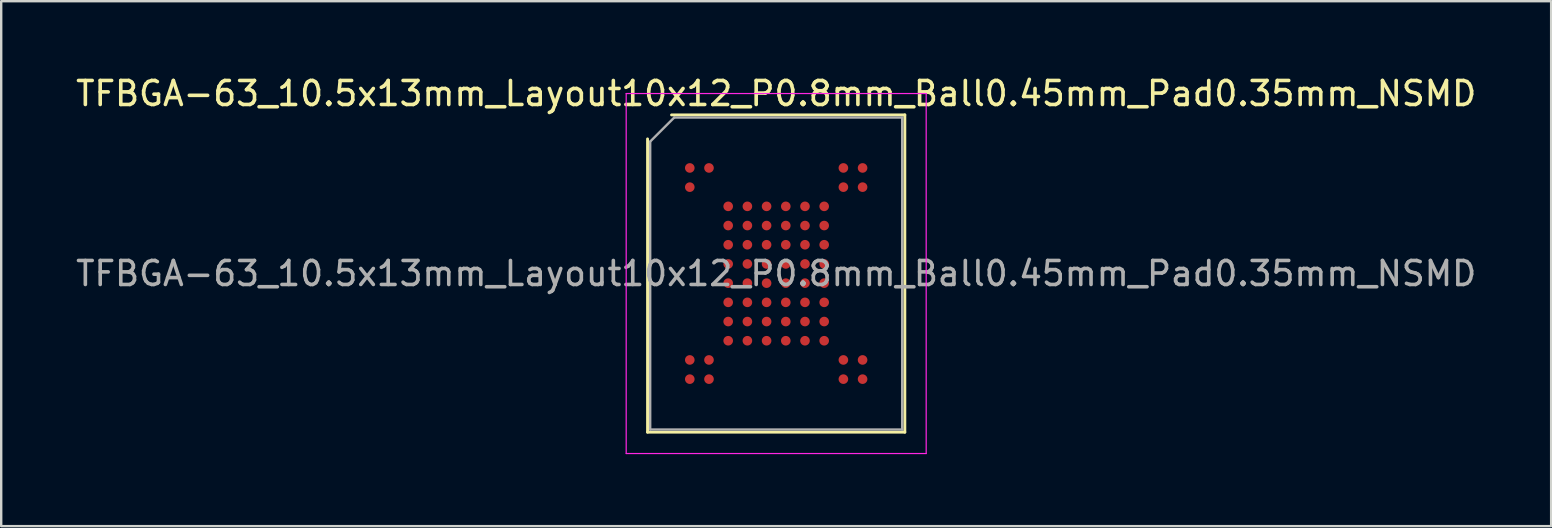
<source format=kicad_pcb>
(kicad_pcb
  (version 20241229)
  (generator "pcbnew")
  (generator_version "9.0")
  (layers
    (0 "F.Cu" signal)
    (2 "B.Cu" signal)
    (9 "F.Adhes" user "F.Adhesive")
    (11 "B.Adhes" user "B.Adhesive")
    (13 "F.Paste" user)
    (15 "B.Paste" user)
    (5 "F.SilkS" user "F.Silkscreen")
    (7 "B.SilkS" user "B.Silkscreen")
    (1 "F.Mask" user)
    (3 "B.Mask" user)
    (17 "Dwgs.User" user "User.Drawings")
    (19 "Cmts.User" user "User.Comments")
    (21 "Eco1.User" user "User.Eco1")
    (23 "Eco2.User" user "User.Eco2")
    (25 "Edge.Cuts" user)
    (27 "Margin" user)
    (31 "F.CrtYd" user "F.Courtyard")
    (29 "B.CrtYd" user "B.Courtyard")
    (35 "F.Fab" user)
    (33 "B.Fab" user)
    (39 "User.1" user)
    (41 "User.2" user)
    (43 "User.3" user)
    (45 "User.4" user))
  (footprint "TFBGA-63_10.5x13mm_Layout10x12_P0.8mm_Ball0.45mm_Pad0.35mm_NSMD"
    (layer "F.Cu")
    (at 29.292 8.348)
    (property "Reference" "TFBGA-63_10.5x13mm_Layout10x12_P0.8mm_Ball0.45mm_Pad0.35mm_NSMD" (at 0 -7.5 0) (layer "F.SilkS") (effects (font (size 1 1) (thickness 0.15))))
    (attr smd)
    (fp_line (start -5.36 6.61) (end -5.36 -5.61) (stroke (width 0.12) (type solid)) (layer "F.SilkS"))
    (fp_line (start -4.36 -6.61) (end 5.36 -6.61) (stroke (width 0.12) (type solid)) (layer "F.SilkS"))
    (fp_line (start 5.36 -6.61) (end 5.36 6.61) (stroke (width 0.12) (type solid)) (layer "F.SilkS"))
    (fp_line (start 5.36 6.61) (end -5.36 6.61) (stroke (width 0.12) (type solid)) (layer "F.SilkS"))
    (fp_line (start -6.25 -7.5) (end -6.25 7.5) (stroke (width 0.05) (type solid)) (layer "F.CrtYd"))
    (fp_line (start -6.25 7.5) (end 6.25 7.5) (stroke (width 0.05) (type solid)) (layer "F.CrtYd"))
    (fp_line (start 6.25 -7.5) (end -6.25 -7.5) (stroke (width 0.05) (type solid)) (layer "F.CrtYd"))
    (fp_line (start 6.25 7.5) (end 6.25 -7.5) (stroke (width 0.05) (type solid)) (layer "F.CrtYd"))
    (fp_line (start -5.25 -5.5) (end -4.25 -6.5) (stroke (width 0.1) (type solid)) (layer "F.Fab"))
    (fp_line (start -5.25 6.5) (end -5.25 -5.5) (stroke (width 0.1) (type solid)) (layer "F.Fab"))
    (fp_line (start -4.25 -6.5) (end 5.25 -6.5) (stroke (width 0.1) (type solid)) (layer "F.Fab"))
    (fp_line (start 5.25 -6.5) (end 5.25 6.5) (stroke (width 0.1) (type solid)) (layer "F.Fab"))
    (fp_line (start 5.25 6.5) (end -5.25 6.5) (stroke (width 0.1) (type solid)) (layer "F.Fab"))
    (fp_text user "${REFERENCE}" (at 0 0 0) (layer "F.Fab") (effects (font (size 1 1) (thickness 0.15))))
    (pad "A1" smd circle (at -3.6 -4.4) (size 0.4 0.4) (layers "F.Cu" "F.Mask" "F.Paste"))
    (pad "A2" smd circle (at -2.8 -4.4) (size 0.4 0.4) (layers "F.Cu" "F.Mask" "F.Paste"))
    (pad "A9" smd circle (at 2.8 -4.4) (size 0.4 0.4) (layers "F.Cu" "F.Mask" "F.Paste"))
    (pad "A10" smd circle (at 3.6 -4.4) (size 0.4 0.4) (layers "F.Cu" "F.Mask" "F.Paste"))
    (pad "B1" smd circle (at -3.6 -3.6) (size 0.4 0.4) (layers "F.Cu" "F.Mask" "F.Paste"))
    (pad "B9" smd circle (at 2.8 -3.6) (size 0.4 0.4) (layers "F.Cu" "F.Mask" "F.Paste"))
    (pad "B10" smd circle (at 3.6 -3.6) (size 0.4 0.4) (layers "F.Cu" "F.Mask" "F.Paste"))
    (pad "C3" smd circle (at -2 -2.8) (size 0.4 0.4) (layers "F.Cu" "F.Mask" "F.Paste"))
    (pad "C4" smd circle (at -1.2 -2.8) (size 0.4 0.4) (layers "F.Cu" "F.Mask" "F.Paste"))
    (pad "C5" smd circle (at -0.4 -2.8) (size 0.4 0.4) (layers "F.Cu" "F.Mask" "F.Paste"))
    (pad "C6" smd circle (at 0.4 -2.8) (size 0.4 0.4) (layers "F.Cu" "F.Mask" "F.Paste"))
    (pad "C7" smd circle (at 1.2 -2.8) (size 0.4 0.4) (layers "F.Cu" "F.Mask" "F.Paste"))
    (pad "C8" smd circle (at 2 -2.8) (size 0.4 0.4) (layers "F.Cu" "F.Mask" "F.Paste"))
    (pad "D3" smd circle (at -2 -2) (size 0.4 0.4) (layers "F.Cu" "F.Mask" "F.Paste"))
    (pad "D4" smd circle (at -1.2 -2) (size 0.4 0.4) (layers "F.Cu" "F.Mask" "F.Paste"))
    (pad "D5" smd circle (at -0.4 -2) (size 0.4 0.4) (layers "F.Cu" "F.Mask" "F.Paste"))
    (pad "D6" smd circle (at 0.4 -2) (size 0.4 0.4) (layers "F.Cu" "F.Mask" "F.Paste"))
    (pad "D7" smd circle (at 1.2 -2) (size 0.4 0.4) (layers "F.Cu" "F.Mask" "F.Paste"))
    (pad "D8" smd circle (at 2 -2) (size 0.4 0.4) (layers "F.Cu" "F.Mask" "F.Paste"))
    (pad "E3" smd circle (at -2 -1.2) (size 0.4 0.4) (layers "F.Cu" "F.Mask" "F.Paste"))
    (pad "E4" smd circle (at -1.2 -1.2) (size 0.4 0.4) (layers "F.Cu" "F.Mask" "F.Paste"))
    (pad "E5" smd circle (at -0.4 -1.2) (size 0.4 0.4) (layers "F.Cu" "F.Mask" "F.Paste"))
    (pad "E6" smd circle (at 0.4 -1.2) (size 0.4 0.4) (layers "F.Cu" "F.Mask" "F.Paste"))
    (pad "E7" smd circle (at 1.2 -1.2) (size 0.4 0.4) (layers "F.Cu" "F.Mask" "F.Paste"))
    (pad "E8" smd circle (at 2 -1.2) (size 0.4 0.4) (layers "F.Cu" "F.Mask" "F.Paste"))
    (pad "F3" smd circle (at -2 -0.4) (size 0.4 0.4) (layers "F.Cu" "F.Mask" "F.Paste"))
    (pad "F4" smd circle (at -1.2 -0.4) (size 0.4 0.4) (layers "F.Cu" "F.Mask" "F.Paste"))
    (pad "F5" smd circle (at -0.4 -0.4) (size 0.4 0.4) (layers "F.Cu" "F.Mask" "F.Paste"))
    (pad "F6" smd circle (at 0.4 -0.4) (size 0.4 0.4) (layers "F.Cu" "F.Mask" "F.Paste"))
    (pad "F7" smd circle (at 1.2 -0.4) (size 0.4 0.4) (layers "F.Cu" "F.Mask" "F.Paste"))
    (pad "F8" smd circle (at 2 -0.4) (size 0.4 0.4) (layers "F.Cu" "F.Mask" "F.Paste"))
    (pad "G3" smd circle (at -2 0.4) (size 0.4 0.4) (layers "F.Cu" "F.Mask" "F.Paste"))
    (pad "G4" smd circle (at -1.2 0.4) (size 0.4 0.4) (layers "F.Cu" "F.Mask" "F.Paste"))
    (pad "G5" smd circle (at -0.4 0.4) (size 0.4 0.4) (layers "F.Cu" "F.Mask" "F.Paste"))
    (pad "G6" smd circle (at 0.4 0.4) (size 0.4 0.4) (layers "F.Cu" "F.Mask" "F.Paste"))
    (pad "G7" smd circle (at 1.2 0.4) (size 0.4 0.4) (layers "F.Cu" "F.Mask" "F.Paste"))
    (pad "G8" smd circle (at 2 0.4) (size 0.4 0.4) (layers "F.Cu" "F.Mask" "F.Paste"))
    (pad "H3" smd circle (at -2 1.2) (size 0.4 0.4) (layers "F.Cu" "F.Mask" "F.Paste"))
    (pad "H4" smd circle (at -1.2 1.2) (size 0.4 0.4) (layers "F.Cu" "F.Mask" "F.Paste"))
    (pad "H5" smd circle (at -0.4 1.2) (size 0.4 0.4) (layers "F.Cu" "F.Mask" "F.Paste"))
    (pad "H6" smd circle (at 0.4 1.2) (size 0.4 0.4) (layers "F.Cu" "F.Mask" "F.Paste"))
    (pad "H7" smd circle (at 1.2 1.2) (size 0.4 0.4) (layers "F.Cu" "F.Mask" "F.Paste"))
    (pad "H8" smd circle (at 2 1.2) (size 0.4 0.4) (layers "F.Cu" "F.Mask" "F.Paste"))
    (pad "J3" smd circle (at -2 2) (size 0.4 0.4) (layers "F.Cu" "F.Mask" "F.Paste"))
    (pad "J4" smd circle (at -1.2 2) (size 0.4 0.4) (layers "F.Cu" "F.Mask" "F.Paste"))
    (pad "J5" smd circle (at -0.4 2) (size 0.4 0.4) (layers "F.Cu" "F.Mask" "F.Paste"))
    (pad "J6" smd circle (at 0.4 2) (size 0.4 0.4) (layers "F.Cu" "F.Mask" "F.Paste"))
    (pad "J7" smd circle (at 1.2 2) (size 0.4 0.4) (layers "F.Cu" "F.Mask" "F.Paste"))
    (pad "J8" smd circle (at 2 2) (size 0.4 0.4) (layers "F.Cu" "F.Mask" "F.Paste"))
    (pad "K3" smd circle (at -2 2.8) (size 0.4 0.4) (layers "F.Cu" "F.Mask" "F.Paste"))
    (pad "K4" smd circle (at -1.2 2.8) (size 0.4 0.4) (layers "F.Cu" "F.Mask" "F.Paste"))
    (pad "K5" smd circle (at -0.4 2.8) (size 0.4 0.4) (layers "F.Cu" "F.Mask" "F.Paste"))
    (pad "K6" smd circle (at 0.4 2.8) (size 0.4 0.4) (layers "F.Cu" "F.Mask" "F.Paste"))
    (pad "K7" smd circle (at 1.2 2.8) (size 0.4 0.4) (layers "F.Cu" "F.Mask" "F.Paste"))
    (pad "K8" smd circle (at 2 2.8) (size 0.4 0.4) (layers "F.Cu" "F.Mask" "F.Paste"))
    (pad "L1" smd circle (at -3.6 3.6) (size 0.4 0.4) (layers "F.Cu" "F.Mask" "F.Paste"))
    (pad "L2" smd circle (at -2.8 3.6) (size 0.4 0.4) (layers "F.Cu" "F.Mask" "F.Paste"))
    (pad "L9" smd circle (at 2.8 3.6) (size 0.4 0.4) (layers "F.Cu" "F.Mask" "F.Paste"))
    (pad "L10" smd circle (at 3.6 3.6) (size 0.4 0.4) (layers "F.Cu" "F.Mask" "F.Paste"))
    (pad "M1" smd circle (at -3.6 4.4) (size 0.4 0.4) (layers "F.Cu" "F.Mask" "F.Paste"))
    (pad "M2" smd circle (at -2.8 4.4) (size 0.4 0.4) (layers "F.Cu" "F.Mask" "F.Paste"))
    (pad "M9" smd circle (at 2.8 4.4) (size 0.4 0.4) (layers "F.Cu" "F.Mask" "F.Paste"))
    (pad "M10" smd circle (at 3.6 4.4) (size 0.4 0.4) (layers "F.Cu" "F.Mask" "F.Paste")))
  (gr_rect
    (start -3 -3)
    (end 61.583 18.873)
    (stroke (width 0.1) (type default))
    (fill no)
    (layer "Edge.Cuts")))
</source>
